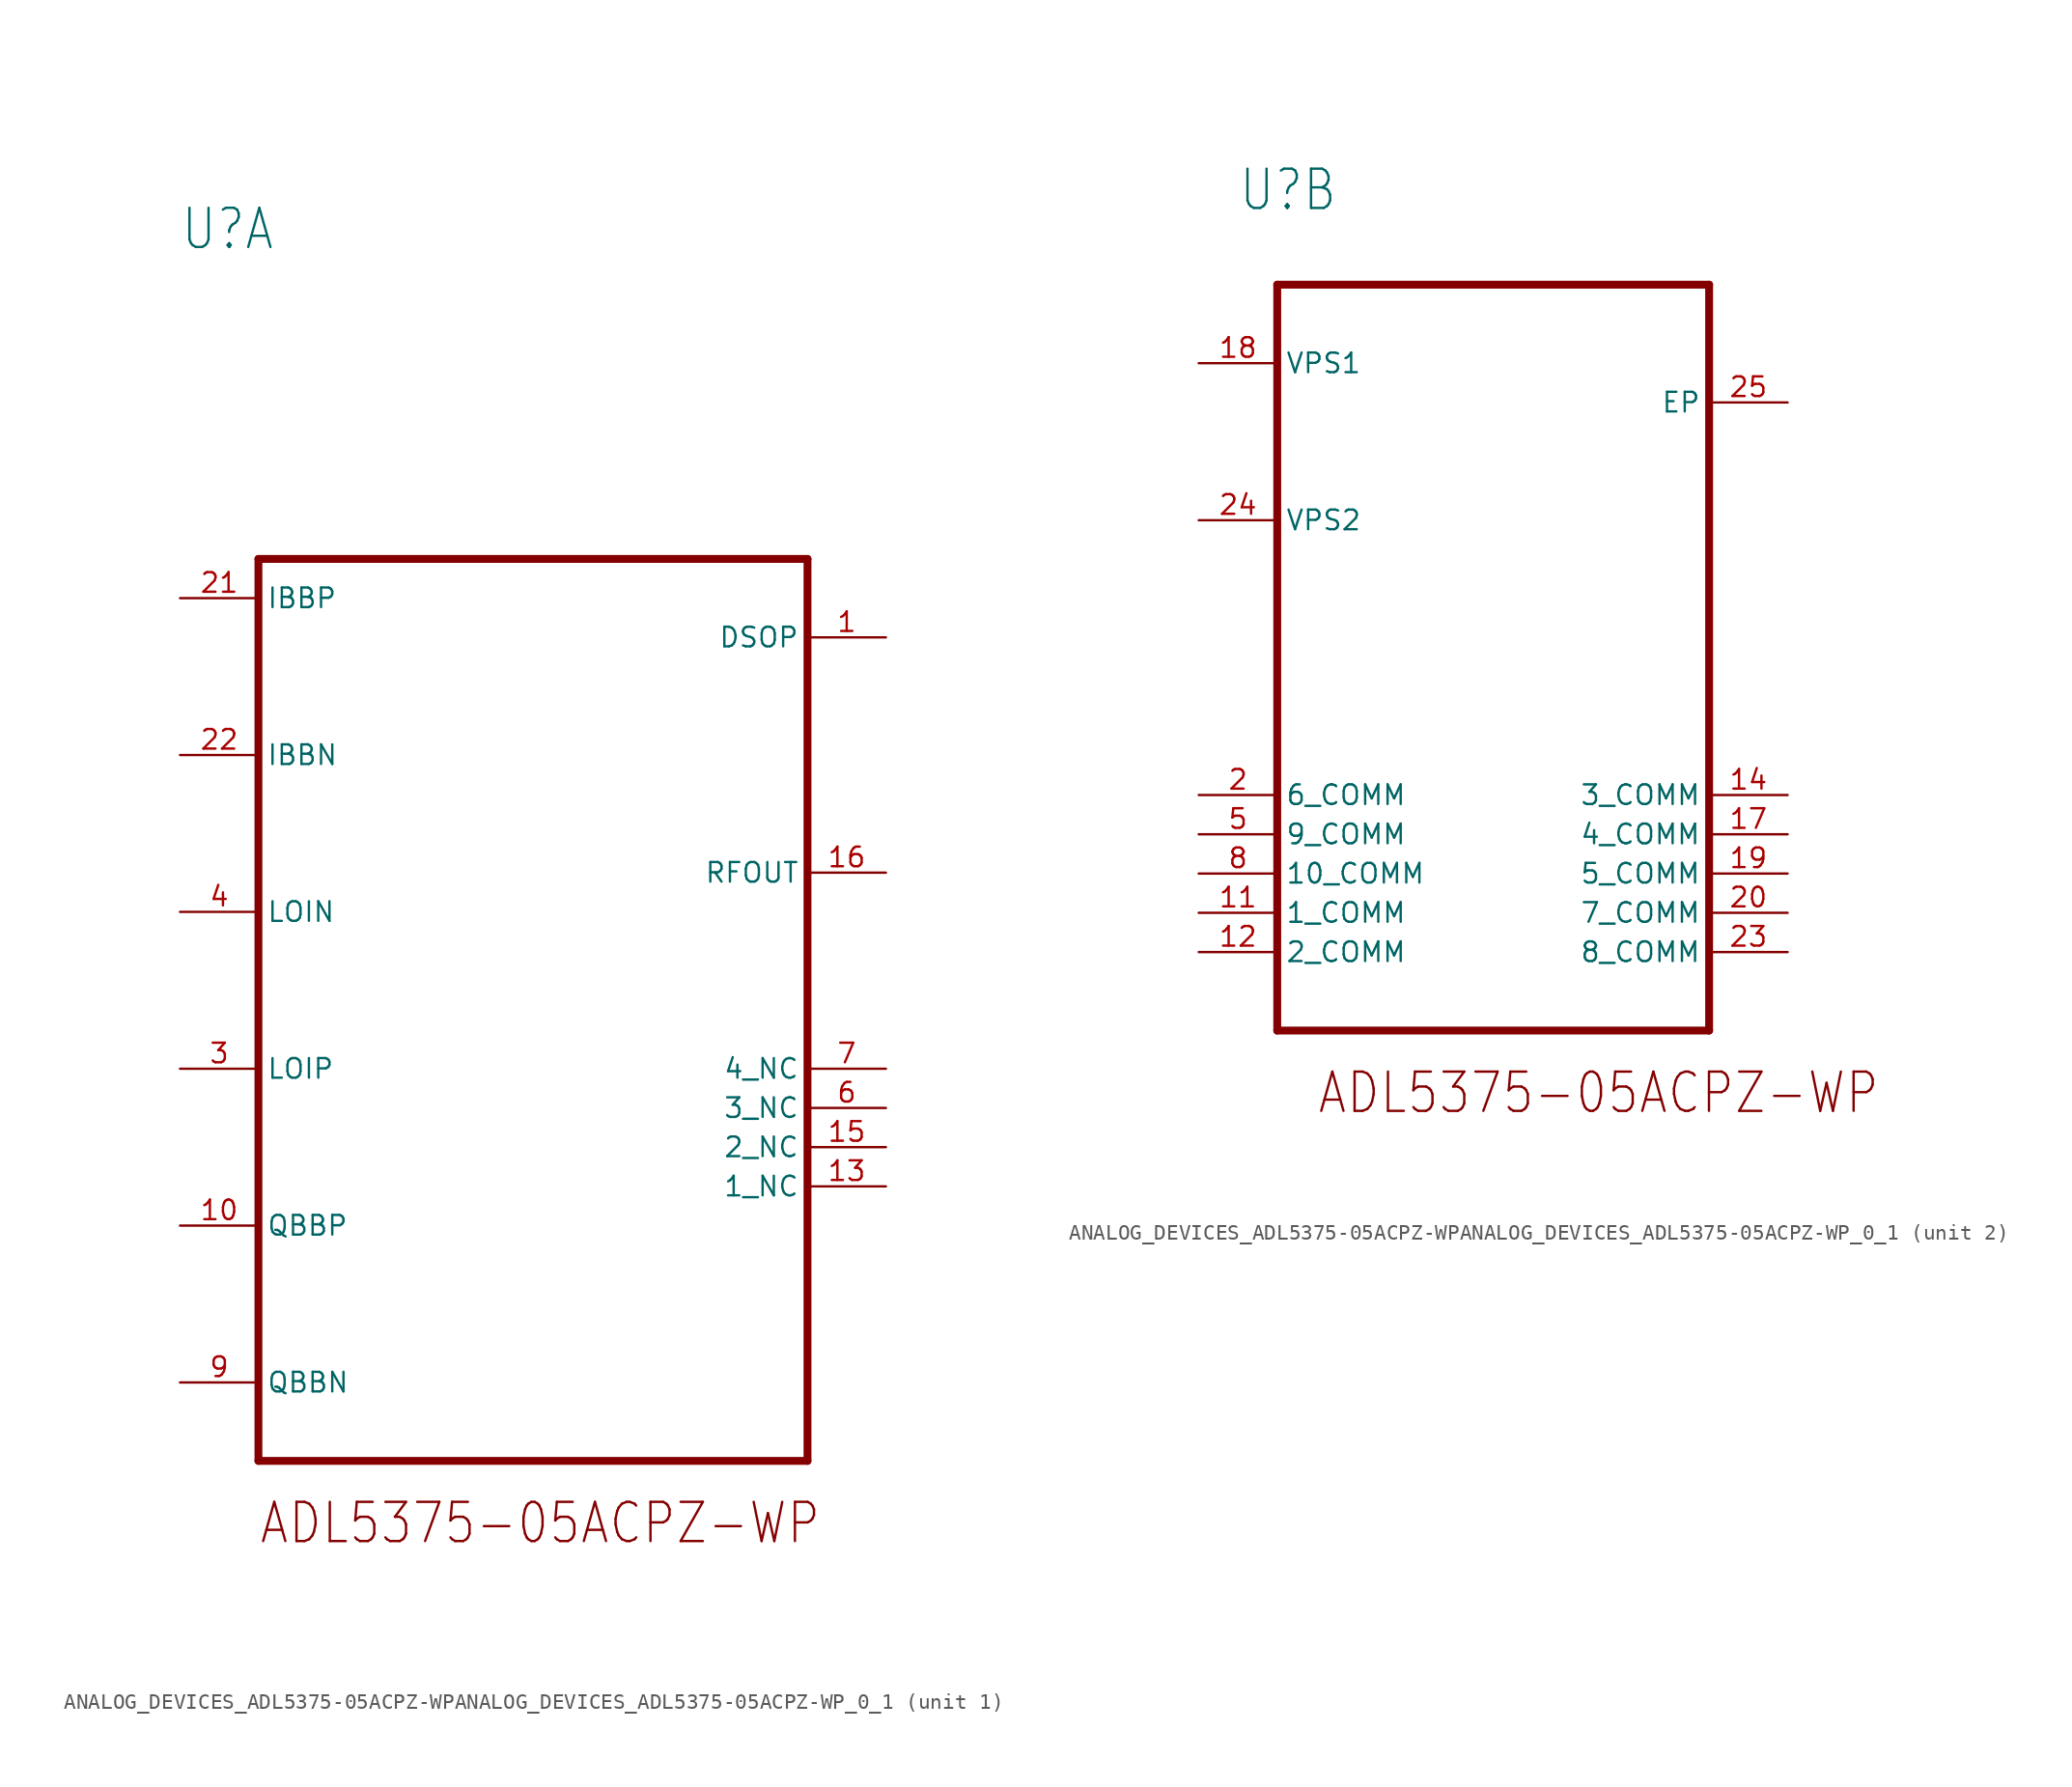
<source format=kicad_sym>
(kicad_symbol_lib
  (version 20231120)
  (generator "kicad_symbol_editor")
  (generator_version "8.0")
  (symbol "ANALOG_DEVICES_ADL5375-05ACPZ-WPANALOG_DEVICES_ADL5375-05ACPZ-WP_0_1"
    (property "Reference" "U"
      (at -5.08 20.32 0)
      (effects (font (size 2.54 2.159)) (justify left top)))
    (property "ki_locked" ""
      (at 0 0 0)
      (effects (font (size 1.27 1.27))))
    (symbol "ANALOG_DEVICES_ADL5375-05ACPZ-WPANALOG_DEVICES_ADL5375-05ACPZ-WP_0_1_1_0"
      (polyline (pts (xy 0 -60.96) (xy 0 -2.54)) (stroke (width 0.508) (type solid)) (fill (type none)))
      (polyline (pts (xy 0 -2.54) (xy 35.56 -2.54)) (stroke (width 0.508) (type solid)) (fill (type none)))
      (polyline (pts (xy 35.56 -60.96) (xy 0 -60.96)) (stroke (width 0.508) (type solid)) (fill (type none)))
      (polyline (pts (xy 35.56 -2.54) (xy 35.56 -60.96)) (stroke (width 0.508) (type solid)) (fill (type none)))
      (text "ADL5375-05ACPZ-WP" (at 0 -63.5 0) (effects (font (size 2.54 2.159)) (justify left top)))
      (pin input line (at 40.64 -7.62 180) (length 5.08) (name "DSOP" (effects (font (size 1.27 1.27)))) (number "1" (effects (font (size 1.27 1.27)))))
      (pin input line (at -5.08 -45.72 0) (length 5.08) (name "QBBP" (effects (font (size 1.27 1.27)))) (number "10" (effects (font (size 1.27 1.27)))))
      (pin passive line (at 40.64 -43.18 180) (length 5.08) (name "1_NC" (effects (font (size 1.27 1.27)))) (number "13" (effects (font (size 1.27 1.27)))))
      (pin passive line (at 40.64 -40.64 180) (length 5.08) (name "2_NC" (effects (font (size 1.27 1.27)))) (number "15" (effects (font (size 1.27 1.27)))))
      (pin output line (at 40.64 -22.86 180) (length 5.08) (name "RFOUT" (effects (font (size 1.27 1.27)))) (number "16" (effects (font (size 1.27 1.27)))))
      (pin input line (at -5.08 -5.08 0) (length 5.08) (name "IBBP" (effects (font (size 1.27 1.27)))) (number "21" (effects (font (size 1.27 1.27)))))
      (pin input line (at -5.08 -15.24 0) (length 5.08) (name "IBBN" (effects (font (size 1.27 1.27)))) (number "22" (effects (font (size 1.27 1.27)))))
      (pin input line (at -5.08 -35.56 0) (length 5.08) (name "LOIP" (effects (font (size 1.27 1.27)))) (number "3" (effects (font (size 1.27 1.27)))))
      (pin input line (at -5.08 -25.4 0) (length 5.08) (name "LOIN" (effects (font (size 1.27 1.27)))) (number "4" (effects (font (size 1.27 1.27)))))
      (pin passive line (at 40.64 -38.1 180) (length 5.08) (name "3_NC" (effects (font (size 1.27 1.27)))) (number "6" (effects (font (size 1.27 1.27)))))
      (pin passive line (at 40.64 -35.56 180) (length 5.08) (name "4_NC" (effects (font (size 1.27 1.27)))) (number "7" (effects (font (size 1.27 1.27)))))
      (pin input line (at -5.08 -55.88 0) (length 5.08) (name "QBBN" (effects (font (size 1.27 1.27)))) (number "9" (effects (font (size 1.27 1.27))))))
    (symbol "ANALOG_DEVICES_ADL5375-05ACPZ-WPANALOG_DEVICES_ADL5375-05ACPZ-WP_0_1_2_0"
      (polyline (pts (xy -2.54 -35.56) (xy -2.54 12.7)) (stroke (width 0.508) (type solid)) (fill (type none)))
      (polyline (pts (xy -2.54 12.7) (xy 25.4 12.7)) (stroke (width 0.508) (type solid)) (fill (type none)))
      (polyline (pts (xy 25.4 -35.56) (xy -2.54 -35.56)) (stroke (width 0.508) (type solid)) (fill (type none)))
      (polyline (pts (xy 25.4 12.7) (xy 25.4 -35.56)) (stroke (width 0.508) (type solid)) (fill (type none)))
      (text "ADL5375-05ACPZ-WP" (at 0 -38.1 0) (effects (font (size 2.54 2.159)) (justify left top)))
      (pin power_in line (at -7.62 -27.94 0) (length 5.08) (name "1_COMM" (effects (font (size 1.27 1.27)))) (number "11" (effects (font (size 1.27 1.27)))))
      (pin power_in line (at -7.62 -30.48 0) (length 5.08) (name "2_COMM" (effects (font (size 1.27 1.27)))) (number "12" (effects (font (size 1.27 1.27)))))
      (pin power_in line (at 30.48 -20.32 180) (length 5.08) (name "3_COMM" (effects (font (size 1.27 1.27)))) (number "14" (effects (font (size 1.27 1.27)))))
      (pin power_in line (at 30.48 -22.86 180) (length 5.08) (name "4_COMM" (effects (font (size 1.27 1.27)))) (number "17" (effects (font (size 1.27 1.27)))))
      (pin power_in line (at -7.62 7.62 0) (length 5.08) (name "VPS1" (effects (font (size 1.27 1.27)))) (number "18" (effects (font (size 1.27 1.27)))))
      (pin power_in line (at 30.48 -25.4 180) (length 5.08) (name "5_COMM" (effects (font (size 1.27 1.27)))) (number "19" (effects (font (size 1.27 1.27)))))
      (pin power_in line (at -7.62 -20.32 0) (length 5.08) (name "6_COMM" (effects (font (size 1.27 1.27)))) (number "2" (effects (font (size 1.27 1.27)))))
      (pin power_in line (at 30.48 -27.94 180) (length 5.08) (name "7_COMM" (effects (font (size 1.27 1.27)))) (number "20" (effects (font (size 1.27 1.27)))))
      (pin power_in line (at 30.48 -30.48 180) (length 5.08) (name "8_COMM" (effects (font (size 1.27 1.27)))) (number "23" (effects (font (size 1.27 1.27)))))
      (pin power_in line (at -7.62 -2.54 0) (length 5.08) (name "VPS2" (effects (font (size 1.27 1.27)))) (number "24" (effects (font (size 1.27 1.27)))))
      (pin power_in line (at 30.48 5.08 180) (length 5.08) (name "EP" (effects (font (size 1.27 1.27)))) (number "25" (effects (font (size 1.27 1.27)))))
      (pin power_in line (at -7.62 -22.86 0) (length 5.08) (name "9_COMM" (effects (font (size 1.27 1.27)))) (number "5" (effects (font (size 1.27 1.27)))))
      (pin power_in line (at -7.62 -25.4 0) (length 5.08) (name "10_COMM" (effects (font (size 1.27 1.27)))) (number "8" (effects (font (size 1.27 1.27))))))))
</source>
